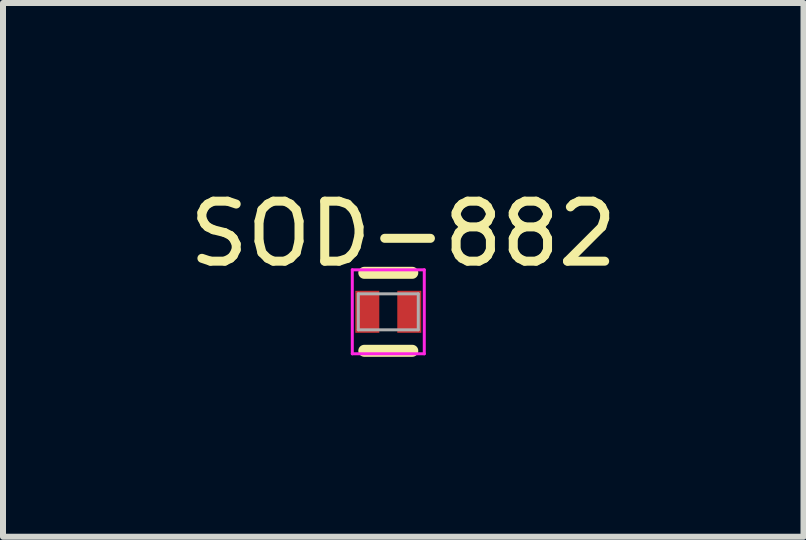
<source format=kicad_pcb>
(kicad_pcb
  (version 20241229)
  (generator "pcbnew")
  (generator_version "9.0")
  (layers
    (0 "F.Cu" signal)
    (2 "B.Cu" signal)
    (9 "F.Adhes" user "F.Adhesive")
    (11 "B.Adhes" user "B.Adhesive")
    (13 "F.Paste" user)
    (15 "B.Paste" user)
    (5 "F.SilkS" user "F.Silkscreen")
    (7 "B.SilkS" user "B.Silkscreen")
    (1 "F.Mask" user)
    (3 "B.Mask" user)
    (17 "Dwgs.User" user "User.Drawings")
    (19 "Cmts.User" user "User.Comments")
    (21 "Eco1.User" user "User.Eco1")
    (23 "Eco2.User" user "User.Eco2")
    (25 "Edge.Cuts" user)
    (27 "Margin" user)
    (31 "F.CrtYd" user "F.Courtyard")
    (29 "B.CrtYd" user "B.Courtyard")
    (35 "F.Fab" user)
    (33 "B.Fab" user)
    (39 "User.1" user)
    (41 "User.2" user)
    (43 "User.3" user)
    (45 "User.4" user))
  (footprint "SOD-882"
    (layer "F.Cu")
    (at 3.423 2.148)
    (property "Reference" "SOD-882" (at 0.25 -1.299 0) (layer "F.SilkS") (effects (font (size 1 1) (thickness 0.15))))
    (attr through_hole)
    (fp_line (start -0.4 -0.65) (end 0.4 -0.65) (stroke (width 0.2) (type solid)) (layer "F.SilkS"))
    (fp_line (start -0.4 0.65) (end 0.4 0.65) (stroke (width 0.2) (type solid)) (layer "F.SilkS"))
    (fp_line (start -0.6 -0.7) (end 0.6 -0.7) (stroke (width 0.05) (type solid)) (layer "F.CrtYd"))
    (fp_line (start -0.6 0.7) (end -0.6 -0.7) (stroke (width 0.05) (type solid)) (layer "F.CrtYd"))
    (fp_line (start 0.6 -0.7) (end 0.6 0.7) (stroke (width 0.05) (type solid)) (layer "F.CrtYd"))
    (fp_line (start 0.6 0.7) (end -0.6 0.7) (stroke (width 0.05) (type solid)) (layer "F.CrtYd"))
    (fp_line (start -0.5 -0.3) (end 0.5 -0.3) (stroke (width 0.05) (type solid)) (layer "F.Fab"))
    (fp_line (start -0.5 0.3) (end -0.5 -0.3) (stroke (width 0.05) (type solid)) (layer "F.Fab"))
    (fp_line (start -0.5 0.3) (end 0.5 0.3) (stroke (width 0.05) (type solid)) (layer "F.Fab"))
    (fp_line (start 0.5 0.3) (end 0.5 -0.3) (stroke (width 0.05) (type solid)) (layer "F.Fab"))
    (pad "1" smd rect (at 0.35 0) (size 0.4 0.7) (layers "F.Cu" "F.Mask" "F.Paste"))
    (pad "2" smd rect (at -0.35 0) (size 0.4 0.7) (layers "F.Cu" "F.Mask" "F.Paste")))
  (gr_rect
    (start -3 -3)
    (end 10.345 5.898)
    (stroke (width 0.1) (type default))
    (fill no)
    (layer "Edge.Cuts")))
</source>
